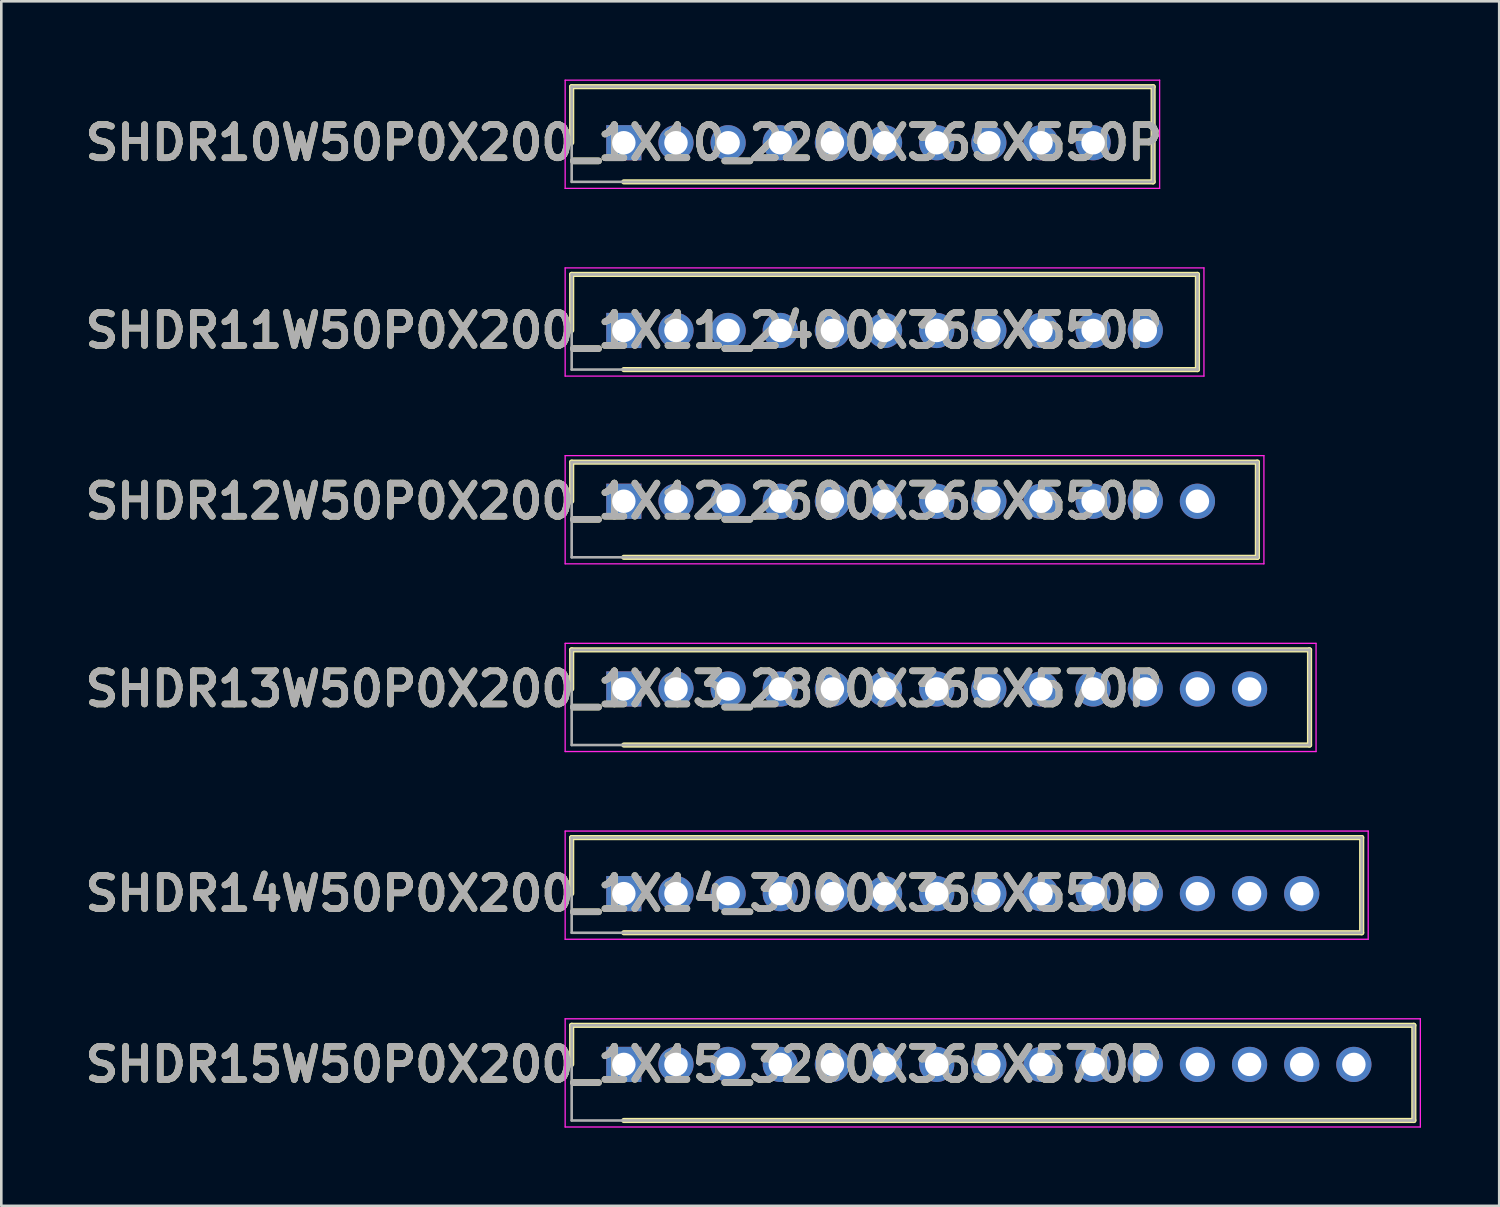
<source format=kicad_pcb>
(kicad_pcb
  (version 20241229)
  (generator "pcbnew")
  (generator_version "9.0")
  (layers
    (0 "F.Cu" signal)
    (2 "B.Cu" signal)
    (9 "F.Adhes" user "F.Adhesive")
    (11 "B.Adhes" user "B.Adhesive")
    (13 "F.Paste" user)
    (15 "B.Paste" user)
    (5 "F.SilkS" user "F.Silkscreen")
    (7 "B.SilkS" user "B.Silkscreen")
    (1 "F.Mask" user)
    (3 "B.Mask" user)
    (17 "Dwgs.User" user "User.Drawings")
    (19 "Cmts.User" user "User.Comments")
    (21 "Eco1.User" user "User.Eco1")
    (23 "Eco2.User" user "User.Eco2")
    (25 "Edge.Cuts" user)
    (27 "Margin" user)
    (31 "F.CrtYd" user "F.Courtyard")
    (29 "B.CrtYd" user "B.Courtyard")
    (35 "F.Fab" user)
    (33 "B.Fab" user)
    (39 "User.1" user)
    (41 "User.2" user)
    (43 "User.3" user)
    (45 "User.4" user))
  (footprint "SHDR10W50P0X200_1X10_2200X365X550P"
    (layer "F.Cu")
    (at 20.876 2.425)
    (property "Reference" "SHDR10W50P0X200_1X10_2200X365X550P" (at 0 0 0) (layer "F.SilkS") (effects (font (size 1.27 1.27) (thickness 0.254))))
    (attr through_hole)
    (fp_line (start -2 -2.15) (end -2 0) (stroke (width 0.2) (type solid)) (layer "F.SilkS"))
    (fp_line (start 0 1.5) (end 20.3 1.5) (stroke (width 0.2) (type solid)) (layer "F.SilkS"))
    (fp_line (start 20.3 -2.15) (end -2 -2.15) (stroke (width 0.2) (type solid)) (layer "F.SilkS"))
    (fp_line (start 20.3 1.5) (end 20.3 -2.15) (stroke (width 0.2) (type solid)) (layer "F.SilkS"))
    (fp_line (start -2.25 -2.4) (end 20.55 -2.4) (stroke (width 0.05) (type solid)) (layer "F.CrtYd"))
    (fp_line (start -2.25 1.75) (end -2.25 -2.4) (stroke (width 0.05) (type solid)) (layer "F.CrtYd"))
    (fp_line (start 20.55 -2.4) (end 20.55 1.75) (stroke (width 0.05) (type solid)) (layer "F.CrtYd"))
    (fp_line (start 20.55 1.75) (end -2.25 1.75) (stroke (width 0.05) (type solid)) (layer "F.CrtYd"))
    (fp_line (start -2 -2.15) (end 20.3 -2.15) (stroke (width 0.1) (type solid)) (layer "F.Fab"))
    (fp_line (start -2 1.5) (end -2 -2.15) (stroke (width 0.1) (type solid)) (layer "F.Fab"))
    (fp_line (start 20.3 -2.15) (end 20.3 1.5) (stroke (width 0.1) (type solid)) (layer "F.Fab"))
    (fp_line (start 20.3 1.5) (end -2 1.5) (stroke (width 0.1) (type solid)) (layer "F.Fab"))
    (fp_text user "${REFERENCE}" (at 0 0 0) (layer "F.Fab") (effects (font (size 1.27 1.27) (thickness 0.254))))
    (pad "1" thru_hole rect (at 0 0) (size 1.35 1.35) (drill 0.9) (layers "*.Cu" "*.Mask"))
    (pad "2" thru_hole circle (at 2 0) (size 1.35 1.35) (drill 0.9) (layers "*.Cu" "*.Mask"))
    (pad "3" thru_hole circle (at 4 0) (size 1.35 1.35) (drill 0.9) (layers "*.Cu" "*.Mask"))
    (pad "4" thru_hole circle (at 6 0) (size 1.35 1.35) (drill 0.9) (layers "*.Cu" "*.Mask"))
    (pad "5" thru_hole circle (at 8 0) (size 1.35 1.35) (drill 0.9) (layers "*.Cu" "*.Mask"))
    (pad "6" thru_hole circle (at 10 0) (size 1.35 1.35) (drill 0.9) (layers "*.Cu" "*.Mask"))
    (pad "7" thru_hole circle (at 12 0) (size 1.35 1.35) (drill 0.9) (layers "*.Cu" "*.Mask"))
    (pad "8" thru_hole circle (at 14 0) (size 1.35 1.35) (drill 0.9) (layers "*.Cu" "*.Mask"))
    (pad "9" thru_hole circle (at 16 0) (size 1.35 1.35) (drill 0.9) (layers "*.Cu" "*.Mask"))
    (pad "10" thru_hole circle (at 18 0) (size 1.35 1.35) (drill 0.9) (layers "*.Cu" "*.Mask")))
  (footprint "SHDR14W50P0X200_1X14_3000X365X550P"
    (layer "F.Cu")
    (at 20.876 31.225)
    (property "Reference" "SHDR14W50P0X200_1X14_3000X365X550P" (at 0 0 0) (layer "F.SilkS") (effects (font (size 1.27 1.27) (thickness 0.254))))
    (attr through_hole)
    (fp_line (start -2 -2.15) (end -2 0) (stroke (width 0.2) (type solid)) (layer "F.SilkS"))
    (fp_line (start 0 1.5) (end 28.3 1.5) (stroke (width 0.2) (type solid)) (layer "F.SilkS"))
    (fp_line (start 28.3 -2.15) (end -2 -2.15) (stroke (width 0.2) (type solid)) (layer "F.SilkS"))
    (fp_line (start 28.3 1.5) (end 28.3 -2.15) (stroke (width 0.2) (type solid)) (layer "F.SilkS"))
    (fp_line (start -2.25 -2.4) (end 28.55 -2.4) (stroke (width 0.05) (type solid)) (layer "F.CrtYd"))
    (fp_line (start -2.25 1.75) (end -2.25 -2.4) (stroke (width 0.05) (type solid)) (layer "F.CrtYd"))
    (fp_line (start 28.55 -2.4) (end 28.55 1.75) (stroke (width 0.05) (type solid)) (layer "F.CrtYd"))
    (fp_line (start 28.55 1.75) (end -2.25 1.75) (stroke (width 0.05) (type solid)) (layer "F.CrtYd"))
    (fp_line (start -2 -2.15) (end 28.3 -2.15) (stroke (width 0.1) (type solid)) (layer "F.Fab"))
    (fp_line (start -2 1.5) (end -2 -2.15) (stroke (width 0.1) (type solid)) (layer "F.Fab"))
    (fp_line (start 28.3 -2.15) (end 28.3 1.5) (stroke (width 0.1) (type solid)) (layer "F.Fab"))
    (fp_line (start 28.3 1.5) (end -2 1.5) (stroke (width 0.1) (type solid)) (layer "F.Fab"))
    (fp_text user "${REFERENCE}" (at 0 0 0) (layer "F.Fab") (effects (font (size 1.27 1.27) (thickness 0.254))))
    (pad "1" thru_hole rect (at 0 0) (size 1.35 1.35) (drill 0.9) (layers "*.Cu" "*.Mask"))
    (pad "2" thru_hole circle (at 2 0) (size 1.35 1.35) (drill 0.9) (layers "*.Cu" "*.Mask"))
    (pad "3" thru_hole circle (at 4 0) (size 1.35 1.35) (drill 0.9) (layers "*.Cu" "*.Mask"))
    (pad "4" thru_hole circle (at 6 0) (size 1.35 1.35) (drill 0.9) (layers "*.Cu" "*.Mask"))
    (pad "5" thru_hole circle (at 8 0) (size 1.35 1.35) (drill 0.9) (layers "*.Cu" "*.Mask"))
    (pad "6" thru_hole circle (at 10 0) (size 1.35 1.35) (drill 0.9) (layers "*.Cu" "*.Mask"))
    (pad "7" thru_hole circle (at 12 0) (size 1.35 1.35) (drill 0.9) (layers "*.Cu" "*.Mask"))
    (pad "8" thru_hole circle (at 14 0) (size 1.35 1.35) (drill 0.9) (layers "*.Cu" "*.Mask"))
    (pad "9" thru_hole circle (at 16 0) (size 1.35 1.35) (drill 0.9) (layers "*.Cu" "*.Mask"))
    (pad "10" thru_hole circle (at 18 0) (size 1.35 1.35) (drill 0.9) (layers "*.Cu" "*.Mask"))
    (pad "11" thru_hole circle (at 20 0) (size 1.35 1.35) (drill 0.9) (layers "*.Cu" "*.Mask"))
    (pad "12" thru_hole circle (at 22 0) (size 1.35 1.35) (drill 0.9) (layers "*.Cu" "*.Mask"))
    (pad "13" thru_hole circle (at 24 0) (size 1.35 1.35) (drill 0.9) (layers "*.Cu" "*.Mask"))
    (pad "14" thru_hole circle (at 26 0) (size 1.35 1.35) (drill 0.9) (layers "*.Cu" "*.Mask")))
  (footprint "SHDR12W50P0X200_1X12_2600X365X550P"
    (layer "F.Cu")
    (at 20.876 16.175)
    (property "Reference" "SHDR12W50P0X200_1X12_2600X365X550P" (at 0 0 0) (layer "F.SilkS") (effects (font (size 1.27 1.27) (thickness 0.254))))
    (attr through_hole)
    (fp_line (start -2 -1.5) (end -2 0) (stroke (width 0.2) (type solid)) (layer "F.SilkS"))
    (fp_line (start 0 2.15) (end 24.3 2.15) (stroke (width 0.2) (type solid)) (layer "F.SilkS"))
    (fp_line (start 24.3 -1.5) (end -2 -1.5) (stroke (width 0.2) (type solid)) (layer "F.SilkS"))
    (fp_line (start 24.3 2.15) (end 24.3 -1.5) (stroke (width 0.2) (type solid)) (layer "F.SilkS"))
    (fp_line (start -2.25 -1.75) (end 24.55 -1.75) (stroke (width 0.05) (type solid)) (layer "F.CrtYd"))
    (fp_line (start -2.25 2.4) (end -2.25 -1.75) (stroke (width 0.05) (type solid)) (layer "F.CrtYd"))
    (fp_line (start 24.55 -1.75) (end 24.55 2.4) (stroke (width 0.05) (type solid)) (layer "F.CrtYd"))
    (fp_line (start 24.55 2.4) (end -2.25 2.4) (stroke (width 0.05) (type solid)) (layer "F.CrtYd"))
    (fp_line (start -2 -1.5) (end 24.3 -1.5) (stroke (width 0.1) (type solid)) (layer "F.Fab"))
    (fp_line (start -2 2.15) (end -2 -1.5) (stroke (width 0.1) (type solid)) (layer "F.Fab"))
    (fp_line (start 24.3 -1.5) (end 24.3 2.15) (stroke (width 0.1) (type solid)) (layer "F.Fab"))
    (fp_line (start 24.3 2.15) (end -2 2.15) (stroke (width 0.1) (type solid)) (layer "F.Fab"))
    (fp_text user "${REFERENCE}" (at 0 0 0) (layer "F.Fab") (effects (font (size 1.27 1.27) (thickness 0.254))))
    (pad "1" thru_hole rect (at 0 0) (size 1.35 1.35) (drill 0.9) (layers "*.Cu" "*.Mask"))
    (pad "2" thru_hole circle (at 2 0) (size 1.35 1.35) (drill 0.9) (layers "*.Cu" "*.Mask"))
    (pad "3" thru_hole circle (at 4 0) (size 1.35 1.35) (drill 0.9) (layers "*.Cu" "*.Mask"))
    (pad "4" thru_hole circle (at 6 0) (size 1.35 1.35) (drill 0.9) (layers "*.Cu" "*.Mask"))
    (pad "5" thru_hole circle (at 8 0) (size 1.35 1.35) (drill 0.9) (layers "*.Cu" "*.Mask"))
    (pad "6" thru_hole circle (at 10 0) (size 1.35 1.35) (drill 0.9) (layers "*.Cu" "*.Mask"))
    (pad "7" thru_hole circle (at 12 0) (size 1.35 1.35) (drill 0.9) (layers "*.Cu" "*.Mask"))
    (pad "8" thru_hole circle (at 14 0) (size 1.35 1.35) (drill 0.9) (layers "*.Cu" "*.Mask"))
    (pad "9" thru_hole circle (at 16 0) (size 1.35 1.35) (drill 0.9) (layers "*.Cu" "*.Mask"))
    (pad "10" thru_hole circle (at 18 0) (size 1.35 1.35) (drill 0.9) (layers "*.Cu" "*.Mask"))
    (pad "11" thru_hole circle (at 20 0) (size 1.35 1.35) (drill 0.9) (layers "*.Cu" "*.Mask"))
    (pad "12" thru_hole circle (at 22 0) (size 1.35 1.35) (drill 0.9) (layers "*.Cu" "*.Mask")))
  (footprint "SHDR11W50P0X200_1X11_2400X365X550P"
    (layer "F.Cu")
    (at 20.876 9.625)
    (property "Reference" "SHDR11W50P0X200_1X11_2400X365X550P" (at 0 0 0) (layer "F.SilkS") (effects (font (size 1.27 1.27) (thickness 0.254))))
    (attr through_hole)
    (fp_line (start -2 -2.15) (end -2 0) (stroke (width 0.2) (type solid)) (layer "F.SilkS"))
    (fp_line (start 0 1.5) (end 22 1.5) (stroke (width 0.2) (type solid)) (layer "F.SilkS"))
    (fp_line (start 22 -2.15) (end -2 -2.15) (stroke (width 0.2) (type solid)) (layer "F.SilkS"))
    (fp_line (start 22 1.5) (end 22 -2.15) (stroke (width 0.2) (type solid)) (layer "F.SilkS"))
    (fp_line (start -2.25 -2.4) (end 22.25 -2.4) (stroke (width 0.05) (type solid)) (layer "F.CrtYd"))
    (fp_line (start -2.25 1.75) (end -2.25 -2.4) (stroke (width 0.05) (type solid)) (layer "F.CrtYd"))
    (fp_line (start 22.25 -2.4) (end 22.25 1.75) (stroke (width 0.05) (type solid)) (layer "F.CrtYd"))
    (fp_line (start 22.25 1.75) (end -2.25 1.75) (stroke (width 0.05) (type solid)) (layer "F.CrtYd"))
    (fp_line (start -2 -2.15) (end 22 -2.15) (stroke (width 0.1) (type solid)) (layer "F.Fab"))
    (fp_line (start -2 1.5) (end -2 -2.15) (stroke (width 0.1) (type solid)) (layer "F.Fab"))
    (fp_line (start 22 -2.15) (end 22 1.5) (stroke (width 0.1) (type solid)) (layer "F.Fab"))
    (fp_line (start 22 1.5) (end -2 1.5) (stroke (width 0.1) (type solid)) (layer "F.Fab"))
    (fp_text user "${REFERENCE}" (at 0 0 0) (layer "F.Fab") (effects (font (size 1.27 1.27) (thickness 0.254))))
    (pad "1" thru_hole rect (at 0 0) (size 1.35 1.35) (drill 0.9) (layers "*.Cu" "*.Mask"))
    (pad "2" thru_hole circle (at 2 0) (size 1.35 1.35) (drill 0.9) (layers "*.Cu" "*.Mask"))
    (pad "3" thru_hole circle (at 4 0) (size 1.35 1.35) (drill 0.9) (layers "*.Cu" "*.Mask"))
    (pad "4" thru_hole circle (at 6 0) (size 1.35 1.35) (drill 0.9) (layers "*.Cu" "*.Mask"))
    (pad "5" thru_hole circle (at 8 0) (size 1.35 1.35) (drill 0.9) (layers "*.Cu" "*.Mask"))
    (pad "6" thru_hole circle (at 10 0) (size 1.35 1.35) (drill 0.9) (layers "*.Cu" "*.Mask"))
    (pad "7" thru_hole circle (at 12 0) (size 1.35 1.35) (drill 0.9) (layers "*.Cu" "*.Mask"))
    (pad "8" thru_hole circle (at 14 0) (size 1.35 1.35) (drill 0.9) (layers "*.Cu" "*.Mask"))
    (pad "9" thru_hole circle (at 16 0) (size 1.35 1.35) (drill 0.9) (layers "*.Cu" "*.Mask"))
    (pad "10" thru_hole circle (at 18 0) (size 1.35 1.35) (drill 0.9) (layers "*.Cu" "*.Mask"))
    (pad "11" thru_hole circle (at 20 0) (size 1.35 1.35) (drill 0.9) (layers "*.Cu" "*.Mask")))
  (footprint "SHDR13W50P0X200_1X13_2800X365X570P"
    (layer "F.Cu")
    (at 20.876 23.375)
    (property "Reference" "SHDR13W50P0X200_1X13_2800X365X570P" (at 0 0 0) (layer "F.SilkS") (effects (font (size 1.27 1.27) (thickness 0.254))))
    (attr through_hole)
    (fp_line (start -2 -1.5) (end -2 0) (stroke (width 0.2) (type solid)) (layer "F.SilkS"))
    (fp_line (start 0 2.15) (end 26.3 2.15) (stroke (width 0.2) (type solid)) (layer "F.SilkS"))
    (fp_line (start 26.3 -1.5) (end -2 -1.5) (stroke (width 0.2) (type solid)) (layer "F.SilkS"))
    (fp_line (start 26.3 2.15) (end 26.3 -1.5) (stroke (width 0.2) (type solid)) (layer "F.SilkS"))
    (fp_line (start -2.25 -1.75) (end 26.55 -1.75) (stroke (width 0.05) (type solid)) (layer "F.CrtYd"))
    (fp_line (start -2.25 2.4) (end -2.25 -1.75) (stroke (width 0.05) (type solid)) (layer "F.CrtYd"))
    (fp_line (start 26.55 -1.75) (end 26.55 2.4) (stroke (width 0.05) (type solid)) (layer "F.CrtYd"))
    (fp_line (start 26.55 2.4) (end -2.25 2.4) (stroke (width 0.05) (type solid)) (layer "F.CrtYd"))
    (fp_line (start -2 -1.5) (end 26.3 -1.5) (stroke (width 0.1) (type solid)) (layer "F.Fab"))
    (fp_line (start -2 2.15) (end -2 -1.5) (stroke (width 0.1) (type solid)) (layer "F.Fab"))
    (fp_line (start 26.3 -1.5) (end 26.3 2.15) (stroke (width 0.1) (type solid)) (layer "F.Fab"))
    (fp_line (start 26.3 2.15) (end -2 2.15) (stroke (width 0.1) (type solid)) (layer "F.Fab"))
    (fp_text user "${REFERENCE}" (at 0 0 0) (layer "F.Fab") (effects (font (size 1.27 1.27) (thickness 0.254))))
    (pad "1" thru_hole rect (at 0 0) (size 1.35 1.35) (drill 0.9) (layers "*.Cu" "*.Mask"))
    (pad "2" thru_hole circle (at 2 0) (size 1.35 1.35) (drill 0.9) (layers "*.Cu" "*.Mask"))
    (pad "3" thru_hole circle (at 4 0) (size 1.35 1.35) (drill 0.9) (layers "*.Cu" "*.Mask"))
    (pad "4" thru_hole circle (at 6 0) (size 1.35 1.35) (drill 0.9) (layers "*.Cu" "*.Mask"))
    (pad "5" thru_hole circle (at 8 0) (size 1.35 1.35) (drill 0.9) (layers "*.Cu" "*.Mask"))
    (pad "6" thru_hole circle (at 10 0) (size 1.35 1.35) (drill 0.9) (layers "*.Cu" "*.Mask"))
    (pad "7" thru_hole circle (at 12 0) (size 1.35 1.35) (drill 0.9) (layers "*.Cu" "*.Mask"))
    (pad "8" thru_hole circle (at 14 0) (size 1.35 1.35) (drill 0.9) (layers "*.Cu" "*.Mask"))
    (pad "9" thru_hole circle (at 16 0) (size 1.35 1.35) (drill 0.9) (layers "*.Cu" "*.Mask"))
    (pad "10" thru_hole circle (at 18 0) (size 1.35 1.35) (drill 0.9) (layers "*.Cu" "*.Mask"))
    (pad "11" thru_hole circle (at 20 0) (size 1.35 1.35) (drill 0.9) (layers "*.Cu" "*.Mask"))
    (pad "12" thru_hole circle (at 22 0) (size 1.35 1.35) (drill 0.9) (layers "*.Cu" "*.Mask"))
    (pad "13" thru_hole circle (at 24 0) (size 1.35 1.35) (drill 0.9) (layers "*.Cu" "*.Mask")))
  (footprint "SHDR15W50P0X200_1X15_3200X365X570P"
    (layer "F.Cu")
    (at 20.876 37.775)
    (property "Reference" "SHDR15W50P0X200_1X15_3200X365X570P" (at 0 0 0) (layer "F.SilkS") (effects (font (size 1.27 1.27) (thickness 0.254))))
    (attr through_hole)
    (fp_line (start -2 -1.5) (end -2 0) (stroke (width 0.2) (type solid)) (layer "F.SilkS"))
    (fp_line (start 0 2.15) (end 30.3 2.15) (stroke (width 0.2) (type solid)) (layer "F.SilkS"))
    (fp_line (start 30.3 -1.5) (end -2 -1.5) (stroke (width 0.2) (type solid)) (layer "F.SilkS"))
    (fp_line (start 30.3 2.15) (end 30.3 -1.5) (stroke (width 0.2) (type solid)) (layer "F.SilkS"))
    (fp_line (start -2.25 -1.75) (end 30.55 -1.75) (stroke (width 0.05) (type solid)) (layer "F.CrtYd"))
    (fp_line (start -2.25 2.4) (end -2.25 -1.75) (stroke (width 0.05) (type solid)) (layer "F.CrtYd"))
    (fp_line (start 30.55 -1.75) (end 30.55 2.4) (stroke (width 0.05) (type solid)) (layer "F.CrtYd"))
    (fp_line (start 30.55 2.4) (end -2.25 2.4) (stroke (width 0.05) (type solid)) (layer "F.CrtYd"))
    (fp_line (start -2 -1.5) (end 30.3 -1.5) (stroke (width 0.1) (type solid)) (layer "F.Fab"))
    (fp_line (start -2 2.15) (end -2 -1.5) (stroke (width 0.1) (type solid)) (layer "F.Fab"))
    (fp_line (start 30.3 -1.5) (end 30.3 2.15) (stroke (width 0.1) (type solid)) (layer "F.Fab"))
    (fp_line (start 30.3 2.15) (end -2 2.15) (stroke (width 0.1) (type solid)) (layer "F.Fab"))
    (fp_text user "${REFERENCE}" (at 0 0 0) (layer "F.Fab") (effects (font (size 1.27 1.27) (thickness 0.254))))
    (pad "1" thru_hole rect (at 0 0) (size 1.35 1.35) (drill 0.9) (layers "*.Cu" "*.Mask"))
    (pad "2" thru_hole circle (at 2 0) (size 1.35 1.35) (drill 0.9) (layers "*.Cu" "*.Mask"))
    (pad "3" thru_hole circle (at 4 0) (size 1.35 1.35) (drill 0.9) (layers "*.Cu" "*.Mask"))
    (pad "4" thru_hole circle (at 6 0) (size 1.35 1.35) (drill 0.9) (layers "*.Cu" "*.Mask"))
    (pad "5" thru_hole circle (at 8 0) (size 1.35 1.35) (drill 0.9) (layers "*.Cu" "*.Mask"))
    (pad "6" thru_hole circle (at 10 0) (size 1.35 1.35) (drill 0.9) (layers "*.Cu" "*.Mask"))
    (pad "7" thru_hole circle (at 12 0) (size 1.35 1.35) (drill 0.9) (layers "*.Cu" "*.Mask"))
    (pad "8" thru_hole circle (at 14 0) (size 1.35 1.35) (drill 0.9) (layers "*.Cu" "*.Mask"))
    (pad "9" thru_hole circle (at 16 0) (size 1.35 1.35) (drill 0.9) (layers "*.Cu" "*.Mask"))
    (pad "10" thru_hole circle (at 18 0) (size 1.35 1.35) (drill 0.9) (layers "*.Cu" "*.Mask"))
    (pad "11" thru_hole circle (at 20 0) (size 1.35 1.35) (drill 0.9) (layers "*.Cu" "*.Mask"))
    (pad "12" thru_hole circle (at 22 0) (size 1.35 1.35) (drill 0.9) (layers "*.Cu" "*.Mask"))
    (pad "13" thru_hole circle (at 24 0) (size 1.35 1.35) (drill 0.9) (layers "*.Cu" "*.Mask"))
    (pad "14" thru_hole circle (at 26 0) (size 1.35 1.35) (drill 0.9) (layers "*.Cu" "*.Mask"))
    (pad "15" thru_hole circle (at 28 0) (size 1.35 1.35) (drill 0.9) (layers "*.Cu" "*.Mask")))
  (gr_rect
    (start -3 -3)
    (end 54.451 43.2)
    (stroke (width 0.1) (type default))
    (fill no)
    (layer "Edge.Cuts")))
</source>
